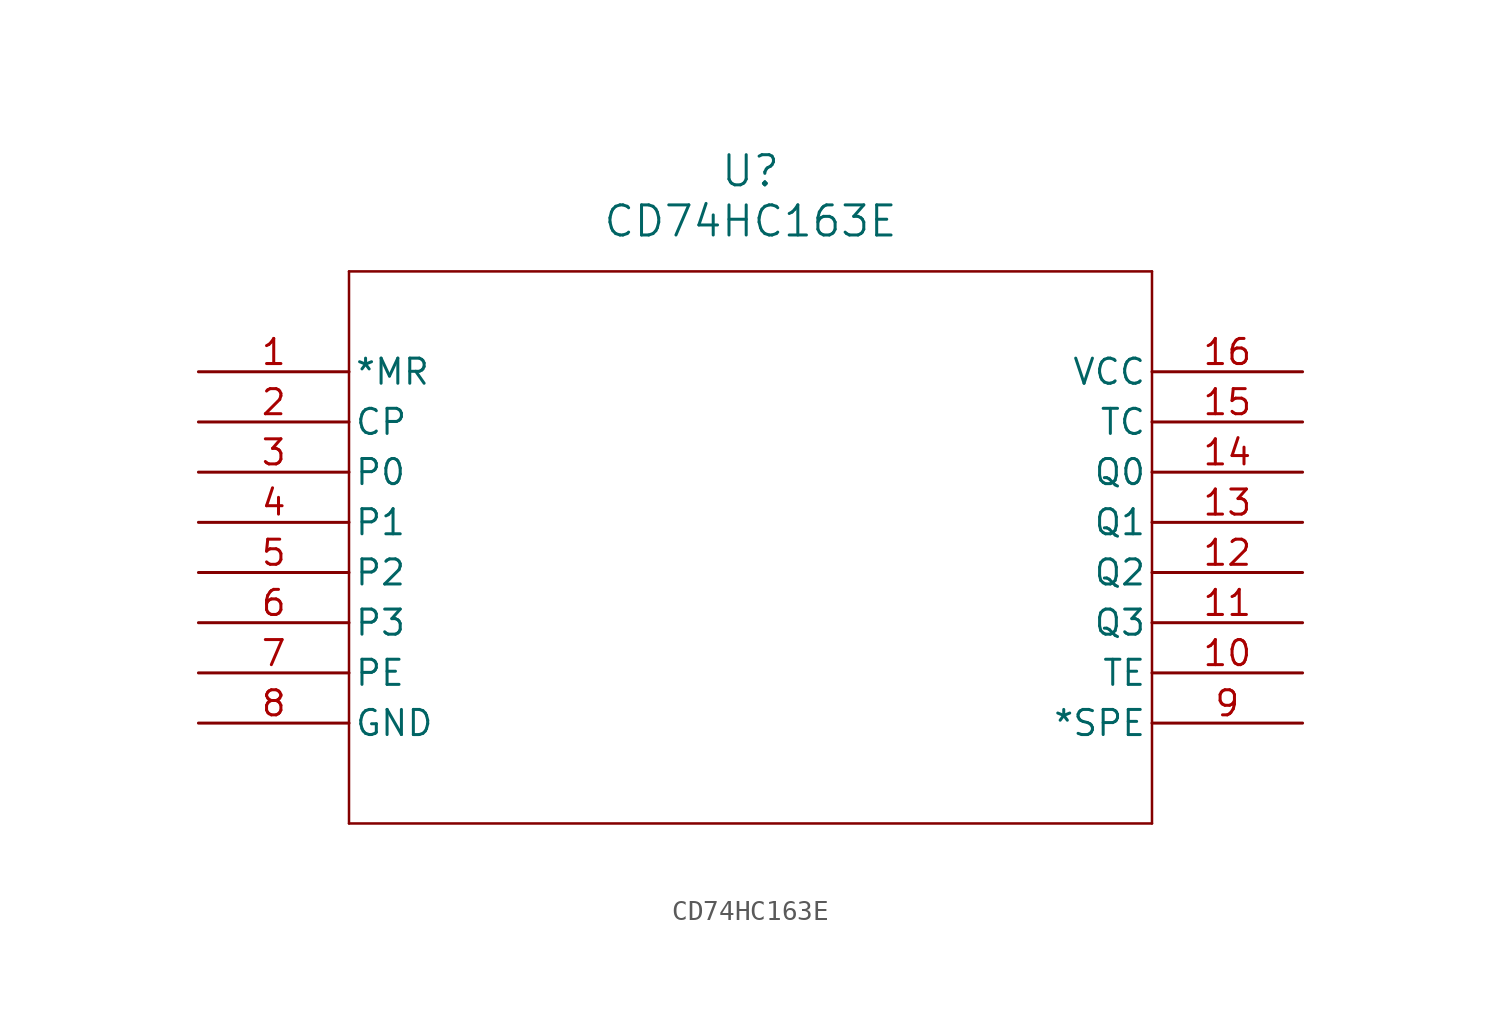
<source format=kicad_sym>
(kicad_symbol_lib
  (version 20211014)
  (generator kicad_symbol_editor)
  (symbol "CD74HC163E"
    (pin_names
      (offset 0.254))
    (property "Reference" "U"
      (at 27.94 10.16 0)
      (effects (font (size 1.524 1.524))))
    (property "Value" "CD74HC163E"
      (at 27.94 7.62 0)
      (effects (font (size 1.524 1.524))))
    (symbol "CD74HC163E_0_1"
      (polyline (pts (xy 7.62 5.08) (xy 7.62 -22.86)) (stroke (width 0.127) (type default) (color 0 0 0 0)) (fill (type none)))
      (polyline (pts (xy 7.62 -22.86) (xy 48.26 -22.86)) (stroke (width 0.127) (type default) (color 0 0 0 0)) (fill (type none)))
      (polyline (pts (xy 48.26 -22.86) (xy 48.26 5.08)) (stroke (width 0.127) (type default) (color 0 0 0 0)) (fill (type none)))
      (polyline (pts (xy 48.26 5.08) (xy 7.62 5.08)) (stroke (width 0.127) (type default) (color 0 0 0 0)) (fill (type none)))
      (pin input line (at 0 0 0) (length 7.62) (name "*MR" (effects (font (size 1.27 1.27)))) (number "1" (effects (font (size 1.27 1.27)))))
      (pin input line (at 0 -2.54 0) (length 7.62) (name "CP" (effects (font (size 1.27 1.27)))) (number "2" (effects (font (size 1.27 1.27)))))
      (pin input line (at 0 -5.08 0) (length 7.62) (name "P0" (effects (font (size 1.27 1.27)))) (number "3" (effects (font (size 1.27 1.27)))))
      (pin input line (at 0 -7.62 0) (length 7.62) (name "P1" (effects (font (size 1.27 1.27)))) (number "4" (effects (font (size 1.27 1.27)))))
      (pin input line (at 0 -10.16 0) (length 7.62) (name "P2" (effects (font (size 1.27 1.27)))) (number "5" (effects (font (size 1.27 1.27)))))
      (pin input line (at 0 -12.7 0) (length 7.62) (name "P3" (effects (font (size 1.27 1.27)))) (number "6" (effects (font (size 1.27 1.27)))))
      (pin input line (at 0 -15.24 0) (length 7.62) (name "PE" (effects (font (size 1.27 1.27)))) (number "7" (effects (font (size 1.27 1.27)))))
      (pin power_in line (at 0 -17.78 0) (length 7.62) (name "GND" (effects (font (size 1.27 1.27)))) (number "8" (effects (font (size 1.27 1.27)))))
      (pin input line (at 55.88 -17.78 180) (length 7.62) (name "*SPE" (effects (font (size 1.27 1.27)))) (number "9" (effects (font (size 1.27 1.27)))))
      (pin input line (at 55.88 -15.24 180) (length 7.62) (name "TE" (effects (font (size 1.27 1.27)))) (number "10" (effects (font (size 1.27 1.27)))))
      (pin output line (at 55.88 -12.7 180) (length 7.62) (name "Q3" (effects (font (size 1.27 1.27)))) (number "11" (effects (font (size 1.27 1.27)))))
      (pin output line (at 55.88 -10.16 180) (length 7.62) (name "Q2" (effects (font (size 1.27 1.27)))) (number "12" (effects (font (size 1.27 1.27)))))
      (pin output line (at 55.88 -7.62 180) (length 7.62) (name "Q1" (effects (font (size 1.27 1.27)))) (number "13" (effects (font (size 1.27 1.27)))))
      (pin output line (at 55.88 -5.08 180) (length 7.62) (name "Q0" (effects (font (size 1.27 1.27)))) (number "14" (effects (font (size 1.27 1.27)))))
      (pin output line (at 55.88 -2.54 180) (length 7.62) (name "TC" (effects (font (size 1.27 1.27)))) (number "15" (effects (font (size 1.27 1.27)))))
      (pin power_in line (at 55.88 0 180) (length 7.62) (name "VCC" (effects (font (size 1.27 1.27)))) (number "16" (effects (font (size 1.27 1.27))))))))
</source>
